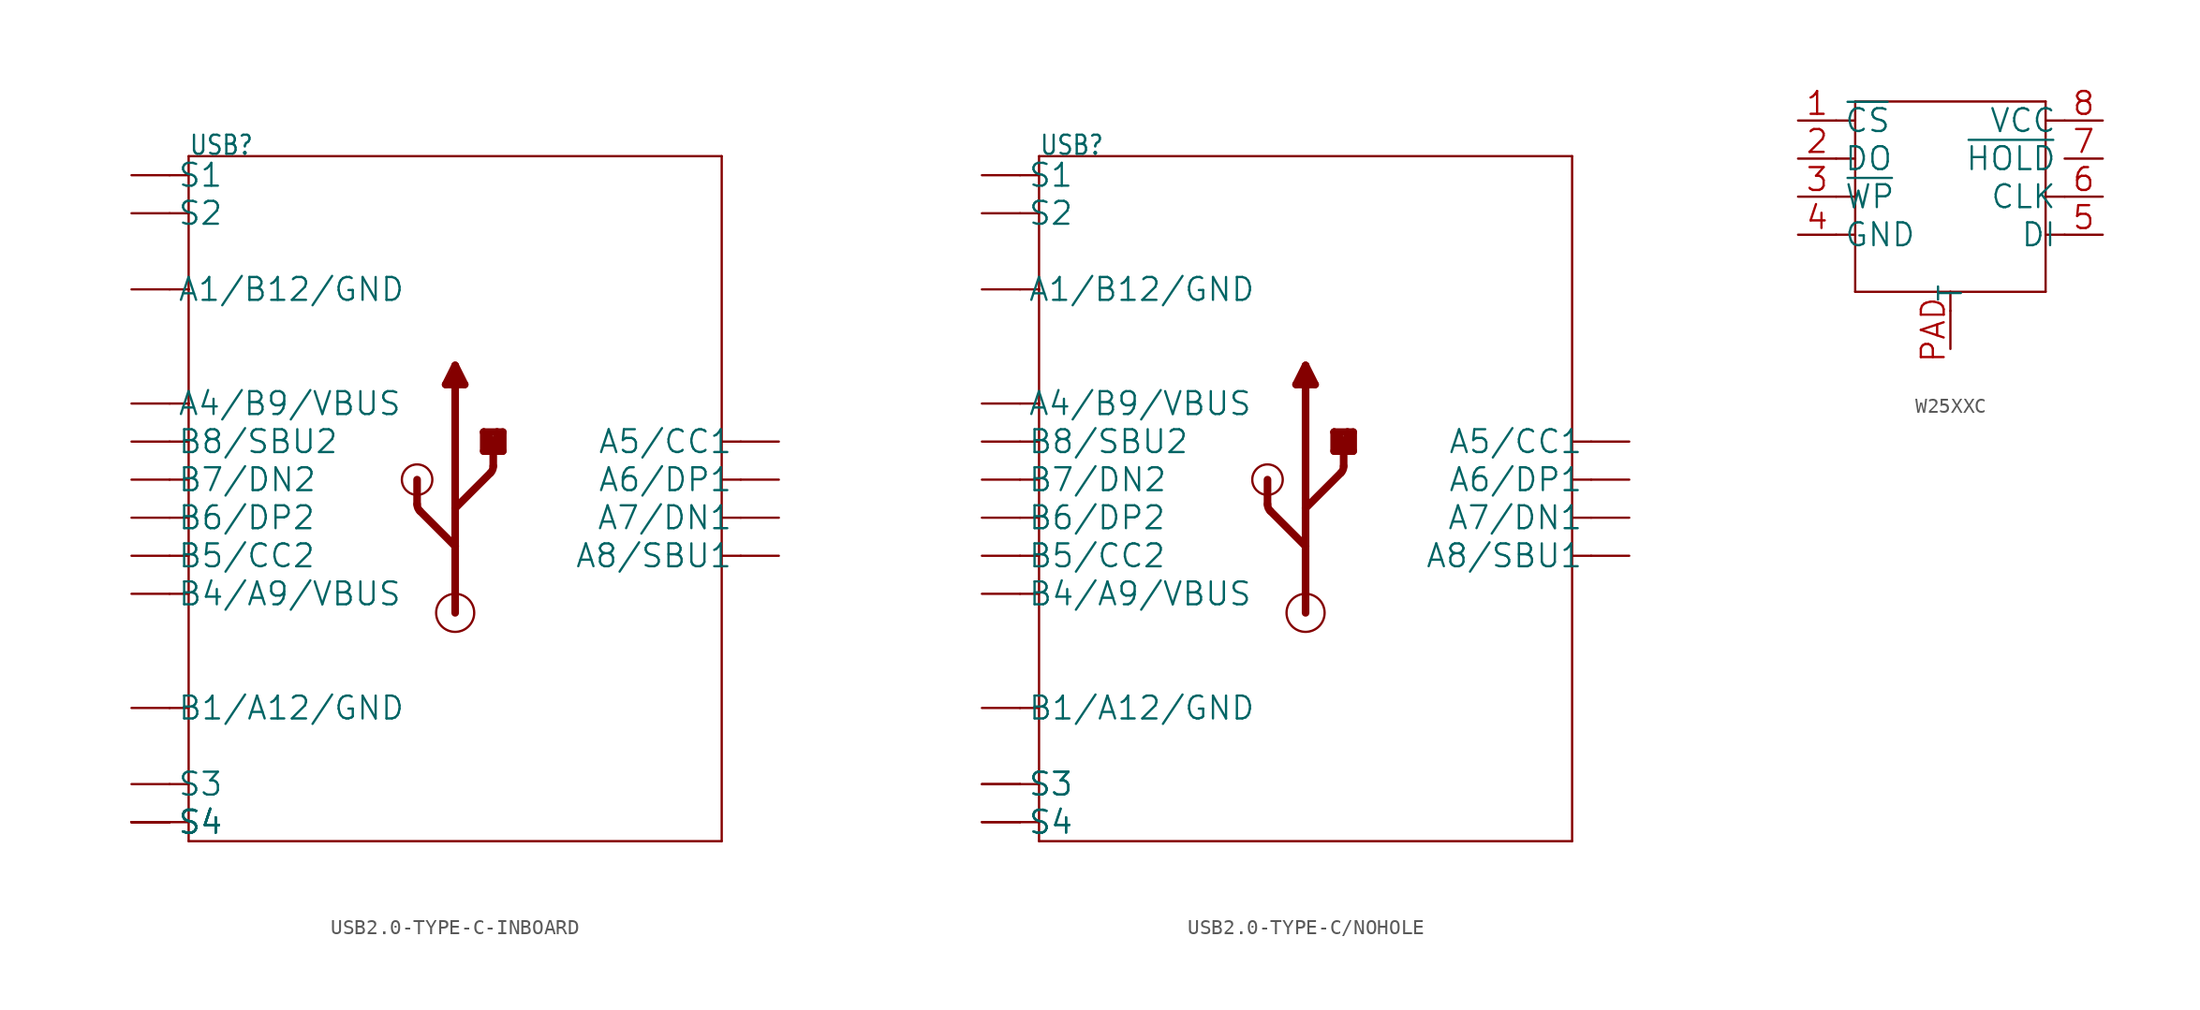
<source format=kicad_sym>
(kicad_symbol_lib
  (version 20241209)
  (generator "kicad_symbol_editor")
  (generator_version "9.0")
  (symbol "USB2.0-TYPE-C-INBOARD"
    (property "Reference" "USB"
      (at -17.78 22.86 0)
      (effects (font (size 1.27 1.079)) (justify left bottom)))
    (property "Value" ""
      (at -7.62 22.86 0)
      (effects (font (size 1.27 1.079)) (justify left bottom)))
    (property "ki_locked" ""
      (at 0 0 0)
      (effects (font (size 1.27 1.27))))
    (symbol "USB2.0-TYPE-C-INBOARD_1_0"
      (polyline (pts (xy -19.05 21.59) (xy -17.78 21.59)) (stroke (width 0.152) (type solid)) (fill (type none)))
      (polyline (pts (xy -19.05 19.05) (xy -17.78 19.05)) (stroke (width 0.152) (type solid)) (fill (type none)))
      (polyline (pts (xy -19.05 13.97) (xy -17.78 13.97)) (stroke (width 0.152) (type solid)) (fill (type none)))
      (polyline (pts (xy -19.05 6.35) (xy -17.78 6.35)) (stroke (width 0.152) (type solid)) (fill (type none)))
      (polyline (pts (xy -19.05 3.81) (xy -17.78 3.81)) (stroke (width 0.152) (type solid)) (fill (type none)))
      (polyline (pts (xy -19.05 1.27) (xy -17.78 1.27)) (stroke (width 0.152) (type solid)) (fill (type none)))
      (polyline (pts (xy -19.05 -1.27) (xy -17.78 -1.27)) (stroke (width 0.152) (type solid)) (fill (type none)))
      (polyline (pts (xy -19.05 -3.81) (xy -17.78 -3.81)) (stroke (width 0.152) (type solid)) (fill (type none)))
      (polyline (pts (xy -19.05 -6.35) (xy -17.78 -6.35)) (stroke (width 0.152) (type solid)) (fill (type none)))
      (polyline (pts (xy -19.05 -13.97) (xy -17.78 -13.97)) (stroke (width 0.152) (type solid)) (fill (type none)))
      (polyline (pts (xy -19.05 -19.05) (xy -17.78 -19.05)) (stroke (width 0.152) (type solid)) (fill (type none)))
      (polyline (pts (xy -19.05 -21.59) (xy -17.78 -21.59)) (stroke (width 0.152) (type solid)) (fill (type none)))
      (polyline (pts (xy -17.78 22.86) (xy 17.78 22.86)) (stroke (width 0.152) (type solid)) (fill (type none)))
      (polyline (pts (xy -17.78 21.59) (xy -17.78 22.86)) (stroke (width 0.152) (type solid)) (fill (type none)))
      (polyline (pts (xy -17.78 19.05) (xy -17.78 21.59)) (stroke (width 0.152) (type solid)) (fill (type none)))
      (polyline (pts (xy -17.78 13.97) (xy -17.78 19.05)) (stroke (width 0.152) (type solid)) (fill (type none)))
      (polyline (pts (xy -17.78 6.35) (xy -17.78 13.97)) (stroke (width 0.152) (type solid)) (fill (type none)))
      (polyline (pts (xy -17.78 -19.05) (xy -17.78 6.35)) (stroke (width 0.152) (type solid)) (fill (type none)))
      (polyline (pts (xy -17.78 -21.59) (xy -17.78 -19.05)) (stroke (width 0.152) (type solid)) (fill (type none)))
      (polyline (pts (xy -17.78 -22.86) (xy -17.78 -21.59)) (stroke (width 0.152) (type solid)) (fill (type none)))
      (circle (center -2.54 1.27) (radius 1.016) (stroke (width 0) (type solid)) (fill (type none)))
      (polyline (pts (xy -2.54 -0.372) (xy -2.54 1.27)) (stroke (width 0.508) (type solid)) (fill (type none)))
      (arc (start -2.354 -0.8209) (mid -2.4917 -0.6149) (end -2.5401 -0.3719) (stroke (width 0.508) (type solid)) (fill (type none)))
      (polyline (pts (xy -0.635 7.62) (xy 0.635 7.62)) (stroke (width 0.508) (type solid)) (fill (type none)))
      (polyline (pts (xy 0 8.89) (xy -0.635 7.62)) (stroke (width 0.508) (type solid)) (fill (type none)))
      (polyline (pts (xy 0 -0.635) (xy 0 8.89)) (stroke (width 0.508) (type solid)) (fill (type none)))
      (polyline (pts (xy 0 -0.635) (xy 2.354 1.719)) (stroke (width 0.508) (type solid)) (fill (type none)))
      (polyline (pts (xy 0 -3.175) (xy -2.354 -0.821)) (stroke (width 0.508) (type solid)) (fill (type none)))
      (polyline (pts (xy 0 -3.175) (xy 0 -0.635)) (stroke (width 0.508) (type solid)) (fill (type none)))
      (polyline (pts (xy 0 -7.62) (xy 0 -3.175)) (stroke (width 0.508) (type solid)) (fill (type none)))
      (circle (center 0 -7.62) (radius 1.27) (stroke (width 0) (type solid)) (fill (type none)))
      (polyline (pts (xy 0.635 7.62) (xy 0 8.89)) (stroke (width 0.508) (type solid)) (fill (type none)))
      (polyline (pts (xy 1.905 4.445) (xy 2.794 4.445)) (stroke (width 0.508) (type solid)) (fill (type none)))
      (polyline (pts (xy 1.905 3.175) (xy 1.905 4.445)) (stroke (width 0.508) (type solid)) (fill (type none)))
      (arc (start 2.54 2.168) (mid 2.4917 1.925) (end 2.354 1.719) (stroke (width 0.508) (type solid)) (fill (type none)))
      (polyline (pts (xy 2.159 3.302) (xy 2.159 3.81)) (stroke (width 0.508) (type solid)) (fill (type none)))
      (polyline (pts (xy 2.54 3.81) (xy 1.905 4.445)) (stroke (width 0.508) (type solid)) (fill (type none)))
      (polyline (pts (xy 2.54 2.168) (xy 2.54 3.81)) (stroke (width 0.508) (type solid)) (fill (type none)))
      (polyline (pts (xy 2.794 4.445) (xy 2.794 3.302)) (stroke (width 0.508) (type solid)) (fill (type none)))
      (polyline (pts (xy 2.794 4.445) (xy 3.175 4.445)) (stroke (width 0.508) (type solid)) (fill (type none)))
      (polyline (pts (xy 2.794 3.302) (xy 2.159 3.302)) (stroke (width 0.508) (type solid)) (fill (type none)))
      (polyline (pts (xy 3.175 4.445) (xy 3.175 3.175)) (stroke (width 0.508) (type solid)) (fill (type none)))
      (polyline (pts (xy 3.175 3.175) (xy 1.905 3.175)) (stroke (width 0.508) (type solid)) (fill (type none)))
      (polyline (pts (xy 17.78 22.86) (xy 17.78 -22.86)) (stroke (width 0.152) (type solid)) (fill (type none)))
      (polyline (pts (xy 17.78 -22.86) (xy -17.78 -22.86)) (stroke (width 0.152) (type solid)) (fill (type none)))
      (polyline (pts (xy 19.05 3.81) (xy 17.78 3.81)) (stroke (width 0.152) (type solid)) (fill (type none)))
      (polyline (pts (xy 19.05 1.27) (xy 17.78 1.27)) (stroke (width 0.152) (type solid)) (fill (type none)))
      (polyline (pts (xy 19.05 -1.27) (xy 17.78 -1.27)) (stroke (width 0.152) (type solid)) (fill (type none)))
      (polyline (pts (xy 19.05 -3.81) (xy 17.78 -3.81)) (stroke (width 0.152) (type solid)) (fill (type none)))
      (pin bidirectional line (at -21.59 21.59 0) (length 2.54) (name "S1" (effects (font (size 1.524 1.524)))) (number "S1" (effects (font (size 0 0)))))
      (pin bidirectional line (at -21.59 19.05 0) (length 2.54) (name "S2" (effects (font (size 1.524 1.524)))) (number "S2" (effects (font (size 0 0)))))
      (pin bidirectional line (at -21.59 13.97 0) (length 2.54) (name "A1/B12/GND" (effects (font (size 1.524 1.524)))) (number "A1_B12" (effects (font (size 0 0)))))
      (pin bidirectional line (at -21.59 6.35 0) (length 2.54) (name "A4/B9/VBUS" (effects (font (size 1.524 1.524)))) (number "A4_B9" (effects (font (size 0 0)))))
      (pin bidirectional line (at -21.59 3.81 0) (length 2.54) (name "B8/SBU2" (effects (font (size 1.524 1.524)))) (number "B8" (effects (font (size 0 0)))))
      (pin bidirectional line (at -21.59 1.27 0) (length 2.54) (name "B7/DN2" (effects (font (size 1.524 1.524)))) (number "B7" (effects (font (size 0 0)))))
      (pin bidirectional line (at -21.59 -1.27 0) (length 2.54) (name "B6/DP2" (effects (font (size 1.524 1.524)))) (number "B6" (effects (font (size 0 0)))))
      (pin bidirectional line (at -21.59 -3.81 0) (length 2.54) (name "B5/CC2" (effects (font (size 1.524 1.524)))) (number "B5" (effects (font (size 0 0)))))
      (pin bidirectional line (at -21.59 -6.35 0) (length 2.54) (name "B4/A9/VBUS" (effects (font (size 1.524 1.524)))) (number "B4_A9" (effects (font (size 0 0)))))
      (pin bidirectional line (at -21.59 -13.97 0) (length 2.54) (name "B1/A12/GND" (effects (font (size 1.524 1.524)))) (number "B1_A12" (effects (font (size 0 0)))))
      (pin bidirectional line (at -21.59 -19.05 0) (length 2.54) (name "S3" (effects (font (size 1.524 1.524)))) (number "S3" (effects (font (size 0 0)))))
      (pin bidirectional line (at -21.59 -21.59 0) (length 2.54) (name "S4" (effects (font (size 1.524 1.524)))) (number "S4" (effects (font (size 0 0)))))
      (pin bidirectional line (at -21.59 -21.59 0) (length 2.54) (name "S4" (effects (font (size 1.524 1.524)))) (number "SS1" (effects (font (size 0 0)))))
      (pin bidirectional line (at -21.59 -21.59 0) (length 2.54) (name "S4" (effects (font (size 1.524 1.524)))) (number "SS2" (effects (font (size 0 0)))))
      (pin bidirectional line (at -21.59 -21.59 0) (length 2.54) (name "S4" (effects (font (size 1.524 1.524)))) (number "SS3" (effects (font (size 0 0)))))
      (pin bidirectional line (at -21.59 -21.59 0) (length 2.54) (name "S4" (effects (font (size 1.524 1.524)))) (number "SS4" (effects (font (size 0 0)))))
      (pin bidirectional line (at 21.59 3.81 180) (length 2.54) (name "A5/CC1" (effects (font (size 1.524 1.524)))) (number "A5" (effects (font (size 0 0)))))
      (pin bidirectional line (at 21.59 1.27 180) (length 2.54) (name "A6/DP1" (effects (font (size 1.524 1.524)))) (number "A6" (effects (font (size 0 0)))))
      (pin bidirectional line (at 21.59 -1.27 180) (length 2.54) (name "A7/DN1" (effects (font (size 1.524 1.524)))) (number "A7" (effects (font (size 0 0)))))
      (pin bidirectional line (at 21.59 -3.81 180) (length 2.54) (name "A8/SBU1" (effects (font (size 1.524 1.524)))) (number "A8" (effects (font (size 0 0)))))))
  (symbol "USB2.0-TYPE-C/NOHOLE"
    (property "Reference" "USB"
      (at -17.78 22.86 0)
      (effects (font (size 1.27 1.079)) (justify left bottom)))
    (property "Value" ""
      (at -7.62 22.86 0)
      (effects (font (size 1.27 1.079)) (justify left bottom)))
    (property "ki_locked" ""
      (at 0 0 0)
      (effects (font (size 1.27 1.27))))
    (symbol "USB2.0-TYPE-C/NOHOLE_1_0"
      (polyline (pts (xy -19.05 21.59) (xy -17.78 21.59)) (stroke (width 0.152) (type solid)) (fill (type none)))
      (polyline (pts (xy -19.05 19.05) (xy -17.78 19.05)) (stroke (width 0.152) (type solid)) (fill (type none)))
      (polyline (pts (xy -19.05 13.97) (xy -17.78 13.97)) (stroke (width 0.152) (type solid)) (fill (type none)))
      (polyline (pts (xy -19.05 6.35) (xy -17.78 6.35)) (stroke (width 0.152) (type solid)) (fill (type none)))
      (polyline (pts (xy -19.05 3.81) (xy -17.78 3.81)) (stroke (width 0.152) (type solid)) (fill (type none)))
      (polyline (pts (xy -19.05 1.27) (xy -17.78 1.27)) (stroke (width 0.152) (type solid)) (fill (type none)))
      (polyline (pts (xy -19.05 -1.27) (xy -17.78 -1.27)) (stroke (width 0.152) (type solid)) (fill (type none)))
      (polyline (pts (xy -19.05 -3.81) (xy -17.78 -3.81)) (stroke (width 0.152) (type solid)) (fill (type none)))
      (polyline (pts (xy -19.05 -6.35) (xy -17.78 -6.35)) (stroke (width 0.152) (type solid)) (fill (type none)))
      (polyline (pts (xy -19.05 -13.97) (xy -17.78 -13.97)) (stroke (width 0.152) (type solid)) (fill (type none)))
      (polyline (pts (xy -19.05 -19.05) (xy -17.78 -19.05)) (stroke (width 0.152) (type solid)) (fill (type none)))
      (polyline (pts (xy -19.05 -21.59) (xy -17.78 -21.59)) (stroke (width 0.152) (type solid)) (fill (type none)))
      (polyline (pts (xy -17.78 22.86) (xy 17.78 22.86)) (stroke (width 0.152) (type solid)) (fill (type none)))
      (polyline (pts (xy -17.78 21.59) (xy -17.78 22.86)) (stroke (width 0.152) (type solid)) (fill (type none)))
      (polyline (pts (xy -17.78 19.05) (xy -17.78 21.59)) (stroke (width 0.152) (type solid)) (fill (type none)))
      (polyline (pts (xy -17.78 13.97) (xy -17.78 19.05)) (stroke (width 0.152) (type solid)) (fill (type none)))
      (polyline (pts (xy -17.78 6.35) (xy -17.78 13.97)) (stroke (width 0.152) (type solid)) (fill (type none)))
      (polyline (pts (xy -17.78 -19.05) (xy -17.78 6.35)) (stroke (width 0.152) (type solid)) (fill (type none)))
      (polyline (pts (xy -17.78 -21.59) (xy -17.78 -19.05)) (stroke (width 0.152) (type solid)) (fill (type none)))
      (polyline (pts (xy -17.78 -22.86) (xy -17.78 -21.59)) (stroke (width 0.152) (type solid)) (fill (type none)))
      (circle (center -2.54 1.27) (radius 1.016) (stroke (width 0) (type solid)) (fill (type none)))
      (polyline (pts (xy -2.54 -0.372) (xy -2.54 1.27)) (stroke (width 0.508) (type solid)) (fill (type none)))
      (arc (start -2.354 -0.8209) (mid -2.4917 -0.6149) (end -2.5401 -0.3719) (stroke (width 0.508) (type solid)) (fill (type none)))
      (polyline (pts (xy -0.635 7.62) (xy 0.635 7.62)) (stroke (width 0.508) (type solid)) (fill (type none)))
      (polyline (pts (xy 0 8.89) (xy -0.635 7.62)) (stroke (width 0.508) (type solid)) (fill (type none)))
      (polyline (pts (xy 0 -0.635) (xy 0 8.89)) (stroke (width 0.508) (type solid)) (fill (type none)))
      (polyline (pts (xy 0 -0.635) (xy 2.354 1.719)) (stroke (width 0.508) (type solid)) (fill (type none)))
      (polyline (pts (xy 0 -3.175) (xy -2.354 -0.821)) (stroke (width 0.508) (type solid)) (fill (type none)))
      (polyline (pts (xy 0 -3.175) (xy 0 -0.635)) (stroke (width 0.508) (type solid)) (fill (type none)))
      (polyline (pts (xy 0 -7.62) (xy 0 -3.175)) (stroke (width 0.508) (type solid)) (fill (type none)))
      (circle (center 0 -7.62) (radius 1.27) (stroke (width 0) (type solid)) (fill (type none)))
      (polyline (pts (xy 0.635 7.62) (xy 0 8.89)) (stroke (width 0.508) (type solid)) (fill (type none)))
      (polyline (pts (xy 1.905 4.445) (xy 2.794 4.445)) (stroke (width 0.508) (type solid)) (fill (type none)))
      (polyline (pts (xy 1.905 3.175) (xy 1.905 4.445)) (stroke (width 0.508) (type solid)) (fill (type none)))
      (arc (start 2.54 2.168) (mid 2.4917 1.925) (end 2.354 1.719) (stroke (width 0.508) (type solid)) (fill (type none)))
      (polyline (pts (xy 2.159 3.302) (xy 2.159 3.81)) (stroke (width 0.508) (type solid)) (fill (type none)))
      (polyline (pts (xy 2.54 3.81) (xy 1.905 4.445)) (stroke (width 0.508) (type solid)) (fill (type none)))
      (polyline (pts (xy 2.54 2.168) (xy 2.54 3.81)) (stroke (width 0.508) (type solid)) (fill (type none)))
      (polyline (pts (xy 2.794 4.445) (xy 2.794 3.302)) (stroke (width 0.508) (type solid)) (fill (type none)))
      (polyline (pts (xy 2.794 4.445) (xy 3.175 4.445)) (stroke (width 0.508) (type solid)) (fill (type none)))
      (polyline (pts (xy 2.794 3.302) (xy 2.159 3.302)) (stroke (width 0.508) (type solid)) (fill (type none)))
      (polyline (pts (xy 3.175 4.445) (xy 3.175 3.175)) (stroke (width 0.508) (type solid)) (fill (type none)))
      (polyline (pts (xy 3.175 3.175) (xy 1.905 3.175)) (stroke (width 0.508) (type solid)) (fill (type none)))
      (polyline (pts (xy 17.78 22.86) (xy 17.78 -22.86)) (stroke (width 0.152) (type solid)) (fill (type none)))
      (polyline (pts (xy 17.78 -22.86) (xy -17.78 -22.86)) (stroke (width 0.152) (type solid)) (fill (type none)))
      (polyline (pts (xy 19.05 3.81) (xy 17.78 3.81)) (stroke (width 0.152) (type solid)) (fill (type none)))
      (polyline (pts (xy 19.05 1.27) (xy 17.78 1.27)) (stroke (width 0.152) (type solid)) (fill (type none)))
      (polyline (pts (xy 19.05 -1.27) (xy 17.78 -1.27)) (stroke (width 0.152) (type solid)) (fill (type none)))
      (polyline (pts (xy 19.05 -3.81) (xy 17.78 -3.81)) (stroke (width 0.152) (type solid)) (fill (type none)))
      (pin bidirectional line (at -21.59 21.59 0) (length 2.54) (name "S1" (effects (font (size 1.524 1.524)))) (number "S1" (effects (font (size 0 0)))))
      (pin bidirectional line (at -21.59 19.05 0) (length 2.54) (name "S2" (effects (font (size 1.524 1.524)))) (number "S2" (effects (font (size 0 0)))))
      (pin bidirectional line (at -21.59 13.97 0) (length 2.54) (name "A1/B12/GND" (effects (font (size 1.524 1.524)))) (number "A1_B12" (effects (font (size 0 0)))))
      (pin bidirectional line (at -21.59 6.35 0) (length 2.54) (name "A4/B9/VBUS" (effects (font (size 1.524 1.524)))) (number "A4_B9" (effects (font (size 0 0)))))
      (pin bidirectional line (at -21.59 3.81 0) (length 2.54) (name "B8/SBU2" (effects (font (size 1.524 1.524)))) (number "B8" (effects (font (size 0 0)))))
      (pin bidirectional line (at -21.59 1.27 0) (length 2.54) (name "B7/DN2" (effects (font (size 1.524 1.524)))) (number "B7" (effects (font (size 0 0)))))
      (pin bidirectional line (at -21.59 -1.27 0) (length 2.54) (name "B6/DP2" (effects (font (size 1.524 1.524)))) (number "B6" (effects (font (size 0 0)))))
      (pin bidirectional line (at -21.59 -3.81 0) (length 2.54) (name "B5/CC2" (effects (font (size 1.524 1.524)))) (number "B5" (effects (font (size 0 0)))))
      (pin bidirectional line (at -21.59 -6.35 0) (length 2.54) (name "B4/A9/VBUS" (effects (font (size 1.524 1.524)))) (number "B4_A9" (effects (font (size 0 0)))))
      (pin bidirectional line (at -21.59 -13.97 0) (length 2.54) (name "B1/A12/GND" (effects (font (size 1.524 1.524)))) (number "B1_A12" (effects (font (size 0 0)))))
      (pin bidirectional line (at -21.59 -19.05 0) (length 2.54) (name "S3" (effects (font (size 1.524 1.524)))) (number "S3" (effects (font (size 0 0)))))
      (pin bidirectional line (at -21.59 -19.05 0) (length 2.54) (name "S3" (effects (font (size 1.524 1.524)))) (number "S4" (effects (font (size 0 0)))))
      (pin bidirectional line (at -21.59 -21.59 0) (length 2.54) (name "S4" (effects (font (size 1.524 1.524)))) (number "S5" (effects (font (size 0 0)))))
      (pin bidirectional line (at -21.59 -21.59 0) (length 2.54) (name "S4" (effects (font (size 1.524 1.524)))) (number "S6" (effects (font (size 0 0)))))
      (pin bidirectional line (at 21.59 3.81 180) (length 2.54) (name "A5/CC1" (effects (font (size 1.524 1.524)))) (number "A5" (effects (font (size 0 0)))))
      (pin bidirectional line (at 21.59 1.27 180) (length 2.54) (name "A6/DP1" (effects (font (size 1.524 1.524)))) (number "A6" (effects (font (size 0 0)))))
      (pin bidirectional line (at 21.59 -1.27 180) (length 2.54) (name "A7/DN1" (effects (font (size 1.524 1.524)))) (number "A7" (effects (font (size 0 0)))))
      (pin bidirectional line (at 21.59 -3.81 180) (length 2.54) (name "A8/SBU1" (effects (font (size 1.524 1.524)))) (number "A8" (effects (font (size 0 0)))))))
  (symbol "W25XXC"
    (property "Reference" "U"
      (at -6.35 6.35 0)
      (effects (font (size 1.27 1.079)) (justify left bottom) (hide yes)))
    (property "ki_locked" ""
      (at 0 0 0)
      (effects (font (size 1.27 1.27))))
    (symbol "W25XXC_1_0"
      (polyline (pts (xy -7.62 5.08) (xy -6.35 5.08)) (stroke (width 0.152) (type solid)) (fill (type none)))
      (polyline (pts (xy -7.62 2.54) (xy -6.35 2.54)) (stroke (width 0.152) (type solid)) (fill (type none)))
      (polyline (pts (xy -7.62 0) (xy -6.35 0)) (stroke (width 0.152) (type solid)) (fill (type none)))
      (polyline (pts (xy -7.62 -2.54) (xy -6.35 -2.54)) (stroke (width 0.152) (type solid)) (fill (type none)))
      (polyline (pts (xy -6.35 6.35) (xy 6.35 6.35)) (stroke (width 0.152) (type solid)) (fill (type none)))
      (polyline (pts (xy -6.35 5.08) (xy -6.35 6.35)) (stroke (width 0.152) (type solid)) (fill (type none)))
      (polyline (pts (xy -6.35 2.54) (xy -6.35 5.08)) (stroke (width 0.152) (type solid)) (fill (type none)))
      (polyline (pts (xy -6.35 0) (xy -6.35 2.54)) (stroke (width 0.152) (type solid)) (fill (type none)))
      (polyline (pts (xy -6.35 -2.54) (xy -6.35 0)) (stroke (width 0.152) (type solid)) (fill (type none)))
      (polyline (pts (xy -6.35 -6.35) (xy -6.35 -2.54)) (stroke (width 0.152) (type solid)) (fill (type none)))
      (polyline (pts (xy 0 -6.35) (xy -6.35 -6.35)) (stroke (width 0.152) (type solid)) (fill (type none)))
      (polyline (pts (xy 0 -7.62) (xy 0 -6.35)) (stroke (width 0.152) (type solid)) (fill (type none)))
      (polyline (pts (xy 6.35 6.35) (xy 6.35 5.08)) (stroke (width 0.152) (type solid)) (fill (type none)))
      (polyline (pts (xy 6.35 5.08) (xy 6.35 0)) (stroke (width 0.152) (type solid)) (fill (type none)))
      (polyline (pts (xy 6.35 0) (xy 6.35 -2.54)) (stroke (width 0.152) (type solid)) (fill (type none)))
      (polyline (pts (xy 6.35 -2.54) (xy 6.35 -6.35)) (stroke (width 0.152) (type solid)) (fill (type none)))
      (polyline (pts (xy 6.35 -6.35) (xy 0 -6.35)) (stroke (width 0.152) (type solid)) (fill (type none)))
      (polyline (pts (xy 7.62 5.08) (xy 6.35 5.08)) (stroke (width 0.152) (type solid)) (fill (type none)))
      (polyline (pts (xy 7.62 0) (xy 6.35 0)) (stroke (width 0.152) (type solid)) (fill (type none)))
      (polyline (pts (xy 7.62 -2.54) (xy 6.35 -2.54)) (stroke (width 0.152) (type solid)) (fill (type none)))
      (pin bidirectional line (at -10.16 5.08 0) (length 2.54) (name "~{CS}" (effects (font (size 1.524 1.524)))) (number "1" (effects (font (size 1.524 1.524)))))
      (pin bidirectional line (at -10.16 2.54 0) (length 2.54) (name "DO" (effects (font (size 1.524 1.524)))) (number "2" (effects (font (size 1.524 1.524)))))
      (pin bidirectional line (at -10.16 0 0) (length 2.54) (name "~{WP}" (effects (font (size 1.524 1.524)))) (number "3" (effects (font (size 1.524 1.524)))))
      (pin bidirectional line (at -10.16 -2.54 0) (length 2.54) (name "GND" (effects (font (size 1.524 1.524)))) (number "4" (effects (font (size 1.524 1.524)))))
      (pin bidirectional line (at 0 -10.16 90) (length 2.54) (name "T" (effects (font (size 1.524 1.524)))) (number "PAD" (effects (font (size 1.524 1.524)))))
      (pin bidirectional line (at 10.16 5.08 180) (length 2.54) (name "VCC" (effects (font (size 1.524 1.524)))) (number "8" (effects (font (size 1.524 1.524)))))
      (pin bidirectional line (at 10.16 2.54 180) (length 2.54) (name "~{HOLD}" (effects (font (size 1.524 1.524)))) (number "7" (effects (font (size 1.524 1.524)))))
      (pin bidirectional line (at 10.16 0 180) (length 2.54) (name "CLK" (effects (font (size 1.524 1.524)))) (number "6" (effects (font (size 1.524 1.524)))))
      (pin bidirectional line (at 10.16 -2.54 180) (length 2.54) (name "DI" (effects (font (size 1.524 1.524)))) (number "5" (effects (font (size 1.524 1.524))))))))
</source>
